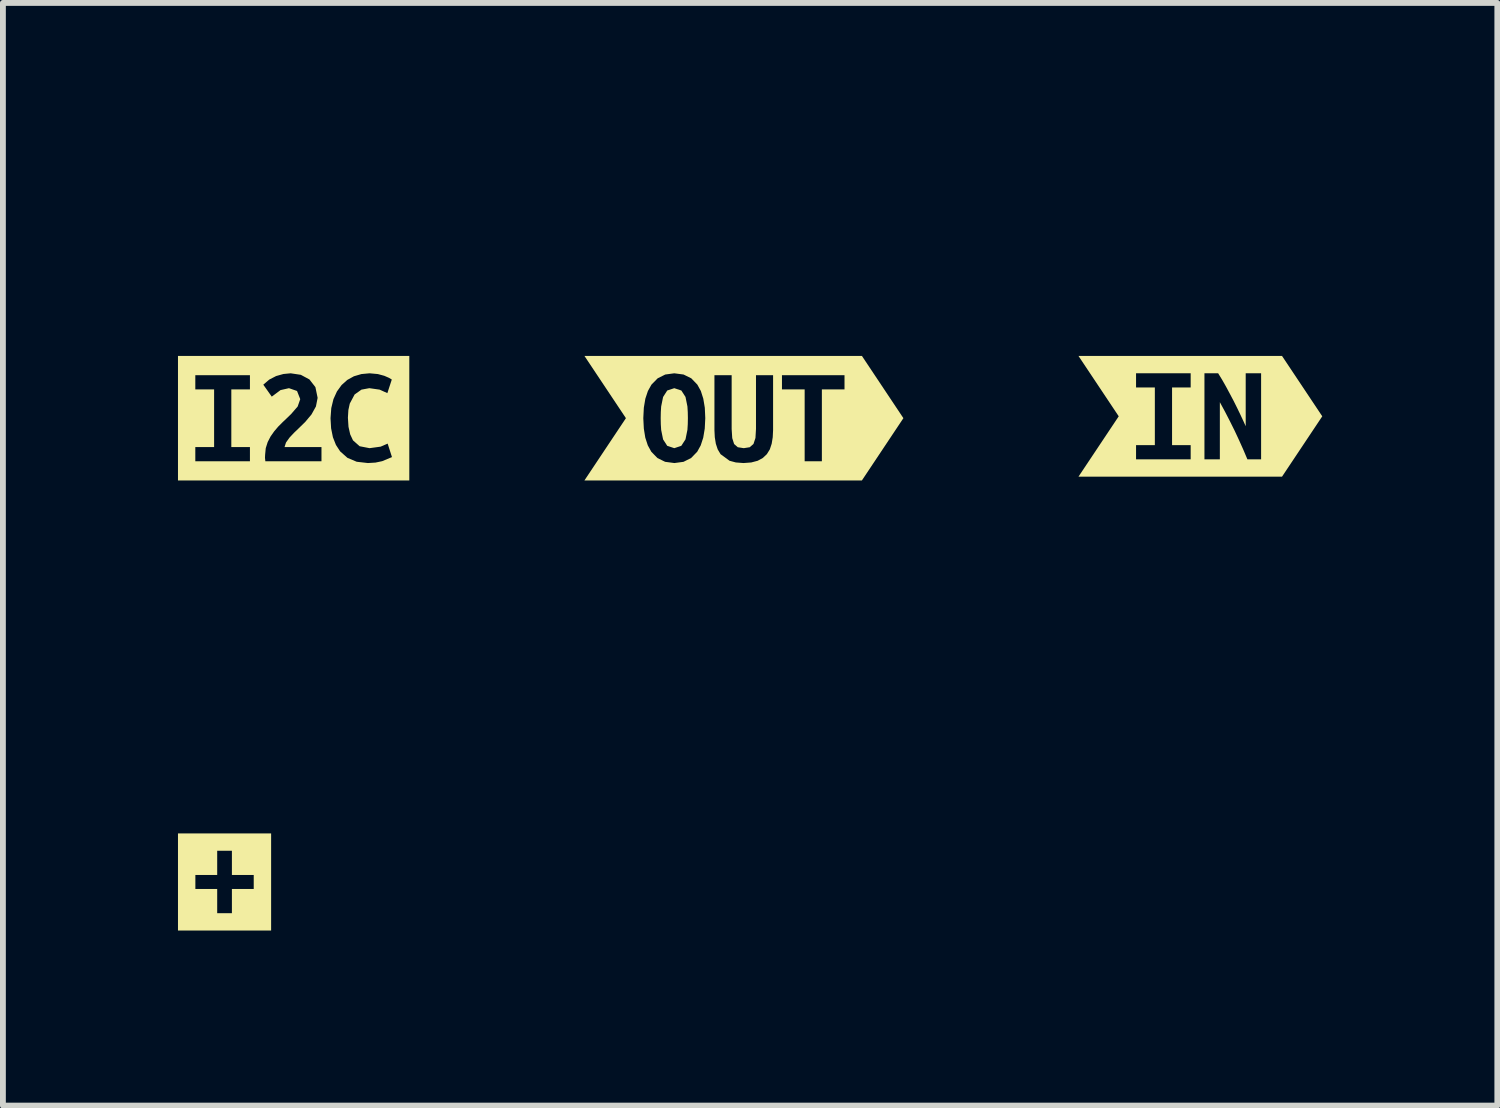
<source format=kicad_pcb>
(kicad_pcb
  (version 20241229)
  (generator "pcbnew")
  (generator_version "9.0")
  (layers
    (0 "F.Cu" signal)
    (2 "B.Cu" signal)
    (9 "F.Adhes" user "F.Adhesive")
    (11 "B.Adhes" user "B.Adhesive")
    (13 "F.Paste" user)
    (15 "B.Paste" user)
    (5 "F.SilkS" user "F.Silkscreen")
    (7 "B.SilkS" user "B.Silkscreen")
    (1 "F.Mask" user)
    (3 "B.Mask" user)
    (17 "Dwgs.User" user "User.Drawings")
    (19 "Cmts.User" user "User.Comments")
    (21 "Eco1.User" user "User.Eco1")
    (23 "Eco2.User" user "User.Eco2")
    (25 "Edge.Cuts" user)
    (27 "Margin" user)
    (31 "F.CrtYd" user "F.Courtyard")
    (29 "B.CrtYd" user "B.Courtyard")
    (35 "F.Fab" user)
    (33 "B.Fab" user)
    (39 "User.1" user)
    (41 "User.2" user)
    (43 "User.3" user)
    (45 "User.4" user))
  (footprint "kibuzzard-64612FA6"
    (layer "F.Cu")
    (at 0.798 12.064)
    (property "Reference" "kibuzzard-64612FA6" (at 0 -3.88 0) (layer "F.SilkS") (effects (font (size 0.001 0.001) (thickness 0.15))))
    (attr board_only exclude_from_pos_files exclude_from_bom)
    (fp_poly (pts (xy -0.5 -0.832) (xy -0.798 -0.832) (xy -0.798 0.832) (xy -0.5 0.832) (xy 0.126 0.832) (xy 0.126 0.535) (xy -0.126 0.535) (xy -0.126 0.12) (xy -0.5 0.12) (xy -0.5 -0.12) (xy -0.126 -0.12) (xy -0.126 -0.535) (xy 0.126 -0.535) (xy 0.126 -0.12) (xy 0.5 -0.12) (xy 0.5 0.12) (xy 0.126 0.12) (xy 0.126 0.535) (xy 0.126 0.832) (xy 0.5 0.832) (xy 0.798 0.832) (xy 0.798 -0.832) (xy 0.5 -0.832) (xy -0.5 -0.832) (xy -0.5 -0.832)) (stroke (width 0) (type solid)) (fill yes) (layer "F.SilkS")))
  (footprint "kibuzzard-6461CA30"
    (layer "F.Cu")
    (at 1.982 4.116)
    (property "Reference" "kibuzzard-6461CA30" (at 0 -4.115 0) (layer "F.SilkS") (effects (font (size 0.001 0.001) (thickness 0.15))))
    (attr board_only exclude_from_pos_files exclude_from_bom)
    (fp_poly (pts (xy -1.685 -1.067) (xy -1.982 -1.067) (xy -1.982 1.067) (xy -1.685 1.067) (xy -1.685 0.738) (xy -1.685 0.495) (xy -1.363 0.495) (xy -1.363 -0.493) (xy -1.685 -0.493) (xy -1.685 -0.736) (xy -0.749 -0.736) (xy -0.749 -0.493) (xy -1.068 -0.493) (xy -1.068 0.495) (xy -0.749 0.495) (xy -0.749 0.738) (xy -1.685 0.738) (xy -1.685 1.067) (xy 0.477 1.067) (xy 0.477 0.738) (xy -0.485 0.738) (xy -0.491 0.679) (xy -0.489 0.629) (xy -0.478 0.514) (xy -0.445 0.41) (xy -0.395 0.313) (xy -0.333 0.225) (xy -0.263 0.143) (xy -0.188 0.068) (xy -0.113 -0.003) (xy -0.043 -0.071) (xy 0.069 -0.2) (xy 0.113 -0.326) (xy 0.058 -0.466) (xy -0.08 -0.514) (xy -0.225 -0.481) (xy -0.375 -0.369) (xy -0.52 -0.574) (xy -0.418 -0.661) (xy -0.3 -0.722) (xy -0.175 -0.757) (xy -0.051 -0.769) (xy 0.123 -0.743) (xy 0.27 -0.664) (xy 0.373 -0.532) (xy 0.411 -0.348) (xy 0.382 -0.201) (xy 0.306 -0.064) (xy 0.199 0.064) (xy 0.077 0.183) (xy 0.006 0.251) (xy -0.07 0.332) (xy -0.131 0.417) (xy -0.156 0.495) (xy 0.477 0.495) (xy 0.477 0.738) (xy 0.477 1.067) (xy 1.273 1.067) (xy 1.273 0.769) (xy 1.081 0.747) (xy 0.922 0.68) (xy 0.797 0.569) (xy 0.725 0.459) (xy 0.673 0.327) (xy 0.642 0.174) (xy 0.632 0) (xy 0.645 -0.173) (xy 0.682 -0.326) (xy 0.742 -0.458) (xy 0.822 -0.568) (xy 0.919 -0.655) (xy 1.033 -0.718) (xy 1.162 -0.756) (xy 1.301 -0.769) (xy 1.443 -0.756) (xy 1.554 -0.726) (xy 1.634 -0.691) (xy 1.682 -0.662) (xy 1.606 -0.429) (xy 1.474 -0.489) (xy 1.297 -0.514) (xy 1.162 -0.489) (xy 1.045 -0.406) (xy 0.962 -0.25) (xy 0.938 -0.14) (xy 0.93 -0.007) (xy 0.94 0.148) (xy 0.969 0.277) (xy 1.017 0.38) (xy 1.131 0.481) (xy 1.301 0.514) (xy 1.491 0.488) (xy 1.611 0.436) (xy 1.685 0.667) (xy 1.517 0.737) (xy 1.403 0.761) (xy 1.273 0.769) (xy 1.273 1.067) (xy 1.685 1.067) (xy 1.982 1.067) (xy 1.982 -1.067) (xy 1.685 -1.067) (xy -1.685 -1.067)) (stroke (width 0) (type solid)) (fill yes) (layer "F.SilkS")))
  (footprint "kibuzzard-6461CA60"
    (layer "F.Cu")
    (at 17.52 4.084)
    (property "Reference" "kibuzzard-6461CA60" (at 0 -4.083 0) (layer "F.SilkS") (effects (font (size 0.001 0.001) (thickness 0.15))))
    (attr board_only exclude_from_pos_files exclude_from_bom)
    (fp_poly (pts (xy -1.102 -1.035) (xy -1.399 -1.035) (xy -2.089 -1.035) (xy -1.399 0) (xy -2.089 1.035) (xy -1.399 1.035) (xy -1.102 1.035) (xy -1.102 0.737) (xy -1.102 0.494) (xy -0.78 0.494) (xy -0.78 -0.494) (xy -1.102 -0.494) (xy -1.102 -0.737) (xy -0.166 -0.737) (xy -0.166 -0.494) (xy -0.485 -0.494) (xy -0.485 0.494) (xy -0.166 0.494) (xy -0.166 0.737) (xy -1.102 0.737) (xy -1.102 1.035) (xy 0.806 1.035) (xy 0.806 0.737) (xy 0.737 0.574) (xy 0.664 0.411) (xy 0.588 0.248) (xy 0.507 0.085) (xy 0.423 -0.078) (xy 0.334 -0.242) (xy 0.334 0.737) (xy 0.07 0.737) (xy 0.07 -0.737) (xy 0.305 -0.737) (xy 0.372 -0.628) (xy 0.439 -0.51) (xy 0.505 -0.387) (xy 0.569 -0.266) (xy 0.629 -0.146) (xy 0.685 -0.03) (xy 0.735 0.077) (xy 0.777 0.17) (xy 0.777 -0.737) (xy 1.041 -0.737) (xy 1.041 0.737) (xy 0.806 0.737) (xy 0.806 1.035) (xy 1.102 1.035) (xy 1.399 1.035) (xy 2.089 0) (xy 1.399 -1.035) (xy 1.102 -1.035) (xy -1.102 -1.035)) (stroke (width 0) (type solid)) (fill yes) (layer "F.SilkS")))
  (footprint "kibuzzard-6461CA59"
    (layer "F.Cu")
    (at 9.698 4.116)
    (property "Reference" "kibuzzard-6461CA59" (at 0 -4.115 0) (layer "F.SilkS") (effects (font (size 0.001 0.001) (thickness 0.15))))
    (attr board_only exclude_from_pos_files exclude_from_bom)
    (fp_poly (pts (xy -1.426 0) (xy -1.424 0.104) (xy -1.418 0.201) (xy -1.385 0.364) (xy -1.314 0.474) (xy -1.193 0.514) (xy -1.073 0.474) (xy -1.001 0.363) (xy -0.968 0.2) (xy -0.962 0.104) (xy -0.96 0) (xy -0.962 -0.104) (xy -0.968 -0.201) (xy -1.001 -0.364) (xy -1.072 -0.474) (xy -1.193 -0.514) (xy -1.314 -0.474) (xy -1.385 -0.363) (xy -1.418 -0.2) (xy -1.424 -0.104) (xy -1.426 0)) (stroke (width 0) (type solid)) (fill yes) (layer "F.SilkS"))
    (fp_poly (pts (xy -1.724 -1.067) (xy -2.022 -1.067) (xy -2.733 -1.067) (xy -2.022 0) (xy -2.733 1.067) (xy -2.022 1.067) (xy -1.724 1.067) (xy -1.191 1.067) (xy -1.191 0.769) (xy -1.35 0.748) (xy -1.482 0.683) (xy -1.587 0.575) (xy -1.647 0.466) (xy -1.69 0.334) (xy -1.715 0.179) (xy -1.724 0) (xy -1.715 -0.179) (xy -1.689 -0.334) (xy -1.645 -0.466) (xy -1.584 -0.575) (xy -1.478 -0.683) (xy -1.348 -0.748) (xy -1.193 -0.769) (xy -1.034 -0.748) (xy -0.902 -0.683) (xy -0.798 -0.575) (xy -0.738 -0.466) (xy -0.696 -0.334) (xy -0.67 -0.179) (xy -0.662 0) (xy -0.671 0.179) (xy -0.697 0.334) (xy -0.74 0.466) (xy -0.8 0.575) (xy -0.905 0.683) (xy -1.035 0.748) (xy -1.191 0.769) (xy -1.191 1.067) (xy -0.007 1.067) (xy -0.007 0.769) (xy -0.138 0.759) (xy -0.246 0.73) (xy -0.4 0.617) (xy -0.449 0.535) (xy -0.481 0.438) (xy -0.499 0.327) (xy -0.505 0.205) (xy -0.505 -0.736) (xy -0.21 -0.736) (xy -0.21 0.186) (xy -0.2 0.342) (xy -0.168 0.443) (xy -0.105 0.498) (xy -0.002 0.514) (xy 0.1 0.498) (xy 0.164 0.442) (xy 0.198 0.339) (xy 0.207 0.183) (xy 0.207 -0.736) (xy 0.5 -0.736) (xy 0.5 0.205) (xy 0.494 0.327) (xy 0.476 0.438) (xy 0.444 0.535) (xy 0.393 0.617) (xy 0.324 0.682) (xy 0.236 0.73) (xy 0.126 0.759) (xy -0.007 0.769) (xy -0.007 1.067) (xy 1.336 1.067) (xy 1.336 0.738) (xy 1.041 0.738) (xy 1.041 -0.493) (xy 0.652 -0.493) (xy 0.652 -0.736) (xy 1.724 -0.736) (xy 1.724 -0.493) (xy 1.336 -0.493) (xy 1.336 0.738) (xy 1.336 1.067) (xy 1.724 1.067) (xy 2.022 1.067) (xy 2.733 0) (xy 2.022 -1.067) (xy 1.724 -1.067) (xy -1.724 -1.067)) (stroke (width 0) (type solid)) (fill yes) (layer "F.SilkS")))
  (gr_rect
    (start -3 -3)
    (end 22.609 15.896)
    (stroke (width 0.1) (type default))
    (fill no)
    (layer "Edge.Cuts")))
</source>
